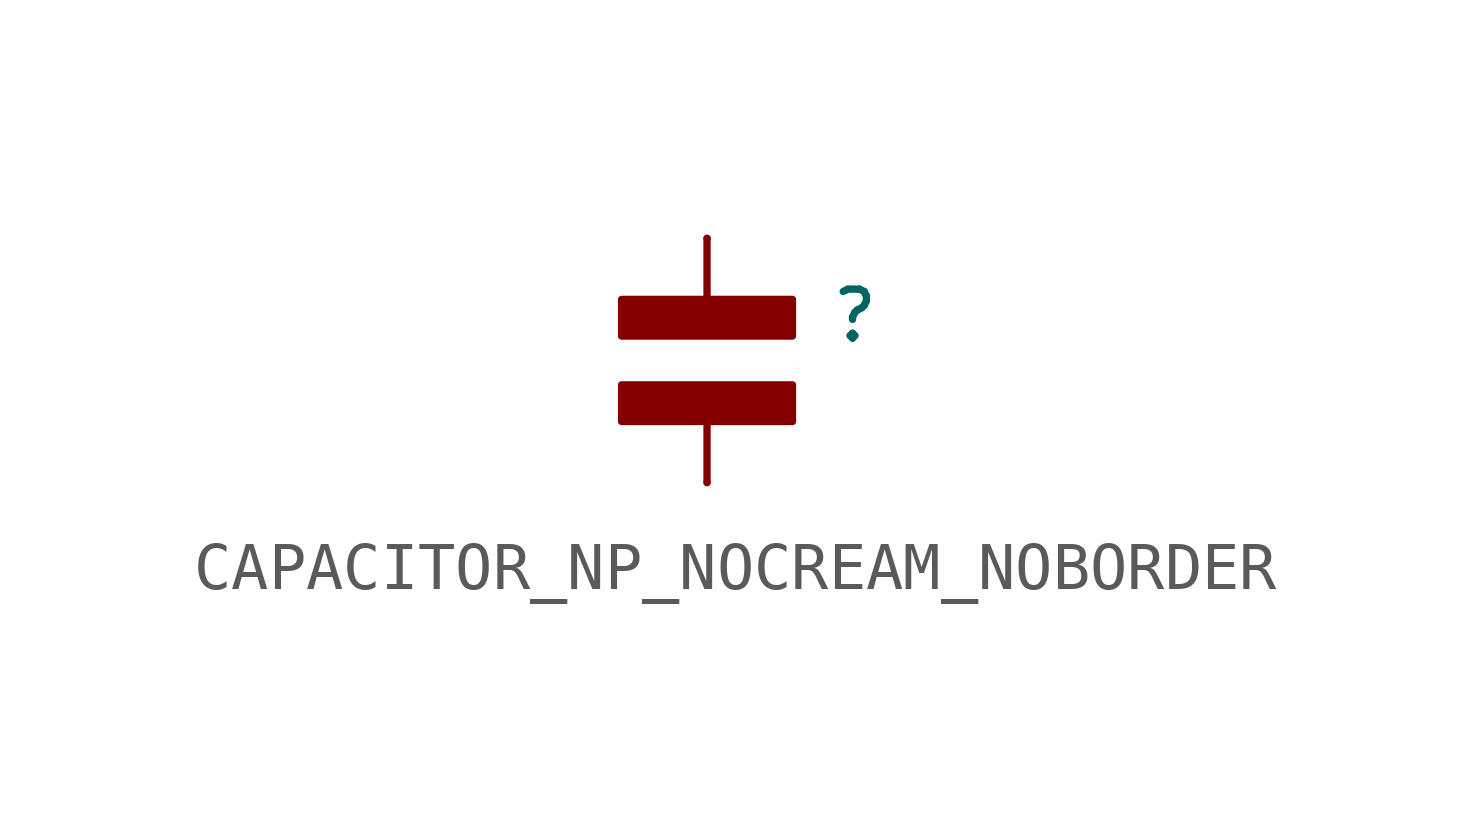
<source format=kicad_sym>
(kicad_symbol_lib
  (version 20241209)
  (generator "kicad_symbol_editor")
  (generator_version "9.0")
  (symbol "CAPACITOR_NP_NOCREAM_NOBORDER"
    (property "Reference" ""
      (at 2.54 1.524 0)
      (effects (font (size 1.016 1.016)) (justify left top)))
    (property "Value" ""
      (at 2.54 -1.524 0)
      (effects (font (size 1.016 1.016)) (justify left bottom)))
    (property "ki_locked" ""
      (at 0 0 0)
      (effects (font (size 1.27 1.27))))
    (symbol "CAPACITOR_NP_NOCREAM_NOBORDER_1_0"
      (rectangle (start -1.778 0.508) (end 1.778 1.27) (stroke (width 0) (type default)) (fill (type outline)))
      (rectangle (start -1.778 -1.27) (end 1.778 -0.508) (stroke (width 0) (type default)) (fill (type outline)))
      (polyline (pts (xy 0 2.54) (xy 0 1.016)) (stroke (width 0.152) (type solid)) (fill (type none)))
      (polyline (pts (xy 0 -2.54) (xy 0 -1.016)) (stroke (width 0.152) (type solid)) (fill (type none)))
      (pin passive line (at 0 2.54 270) (length 0) (name "P$1" (effects (font (size 0 0)))) (number "P$1" (effects (font (size 0 0)))))
      (pin passive line (at 0 -2.54 90) (length 0) (name "P$2" (effects (font (size 0 0)))) (number "P$2" (effects (font (size 0 0))))))))
</source>
